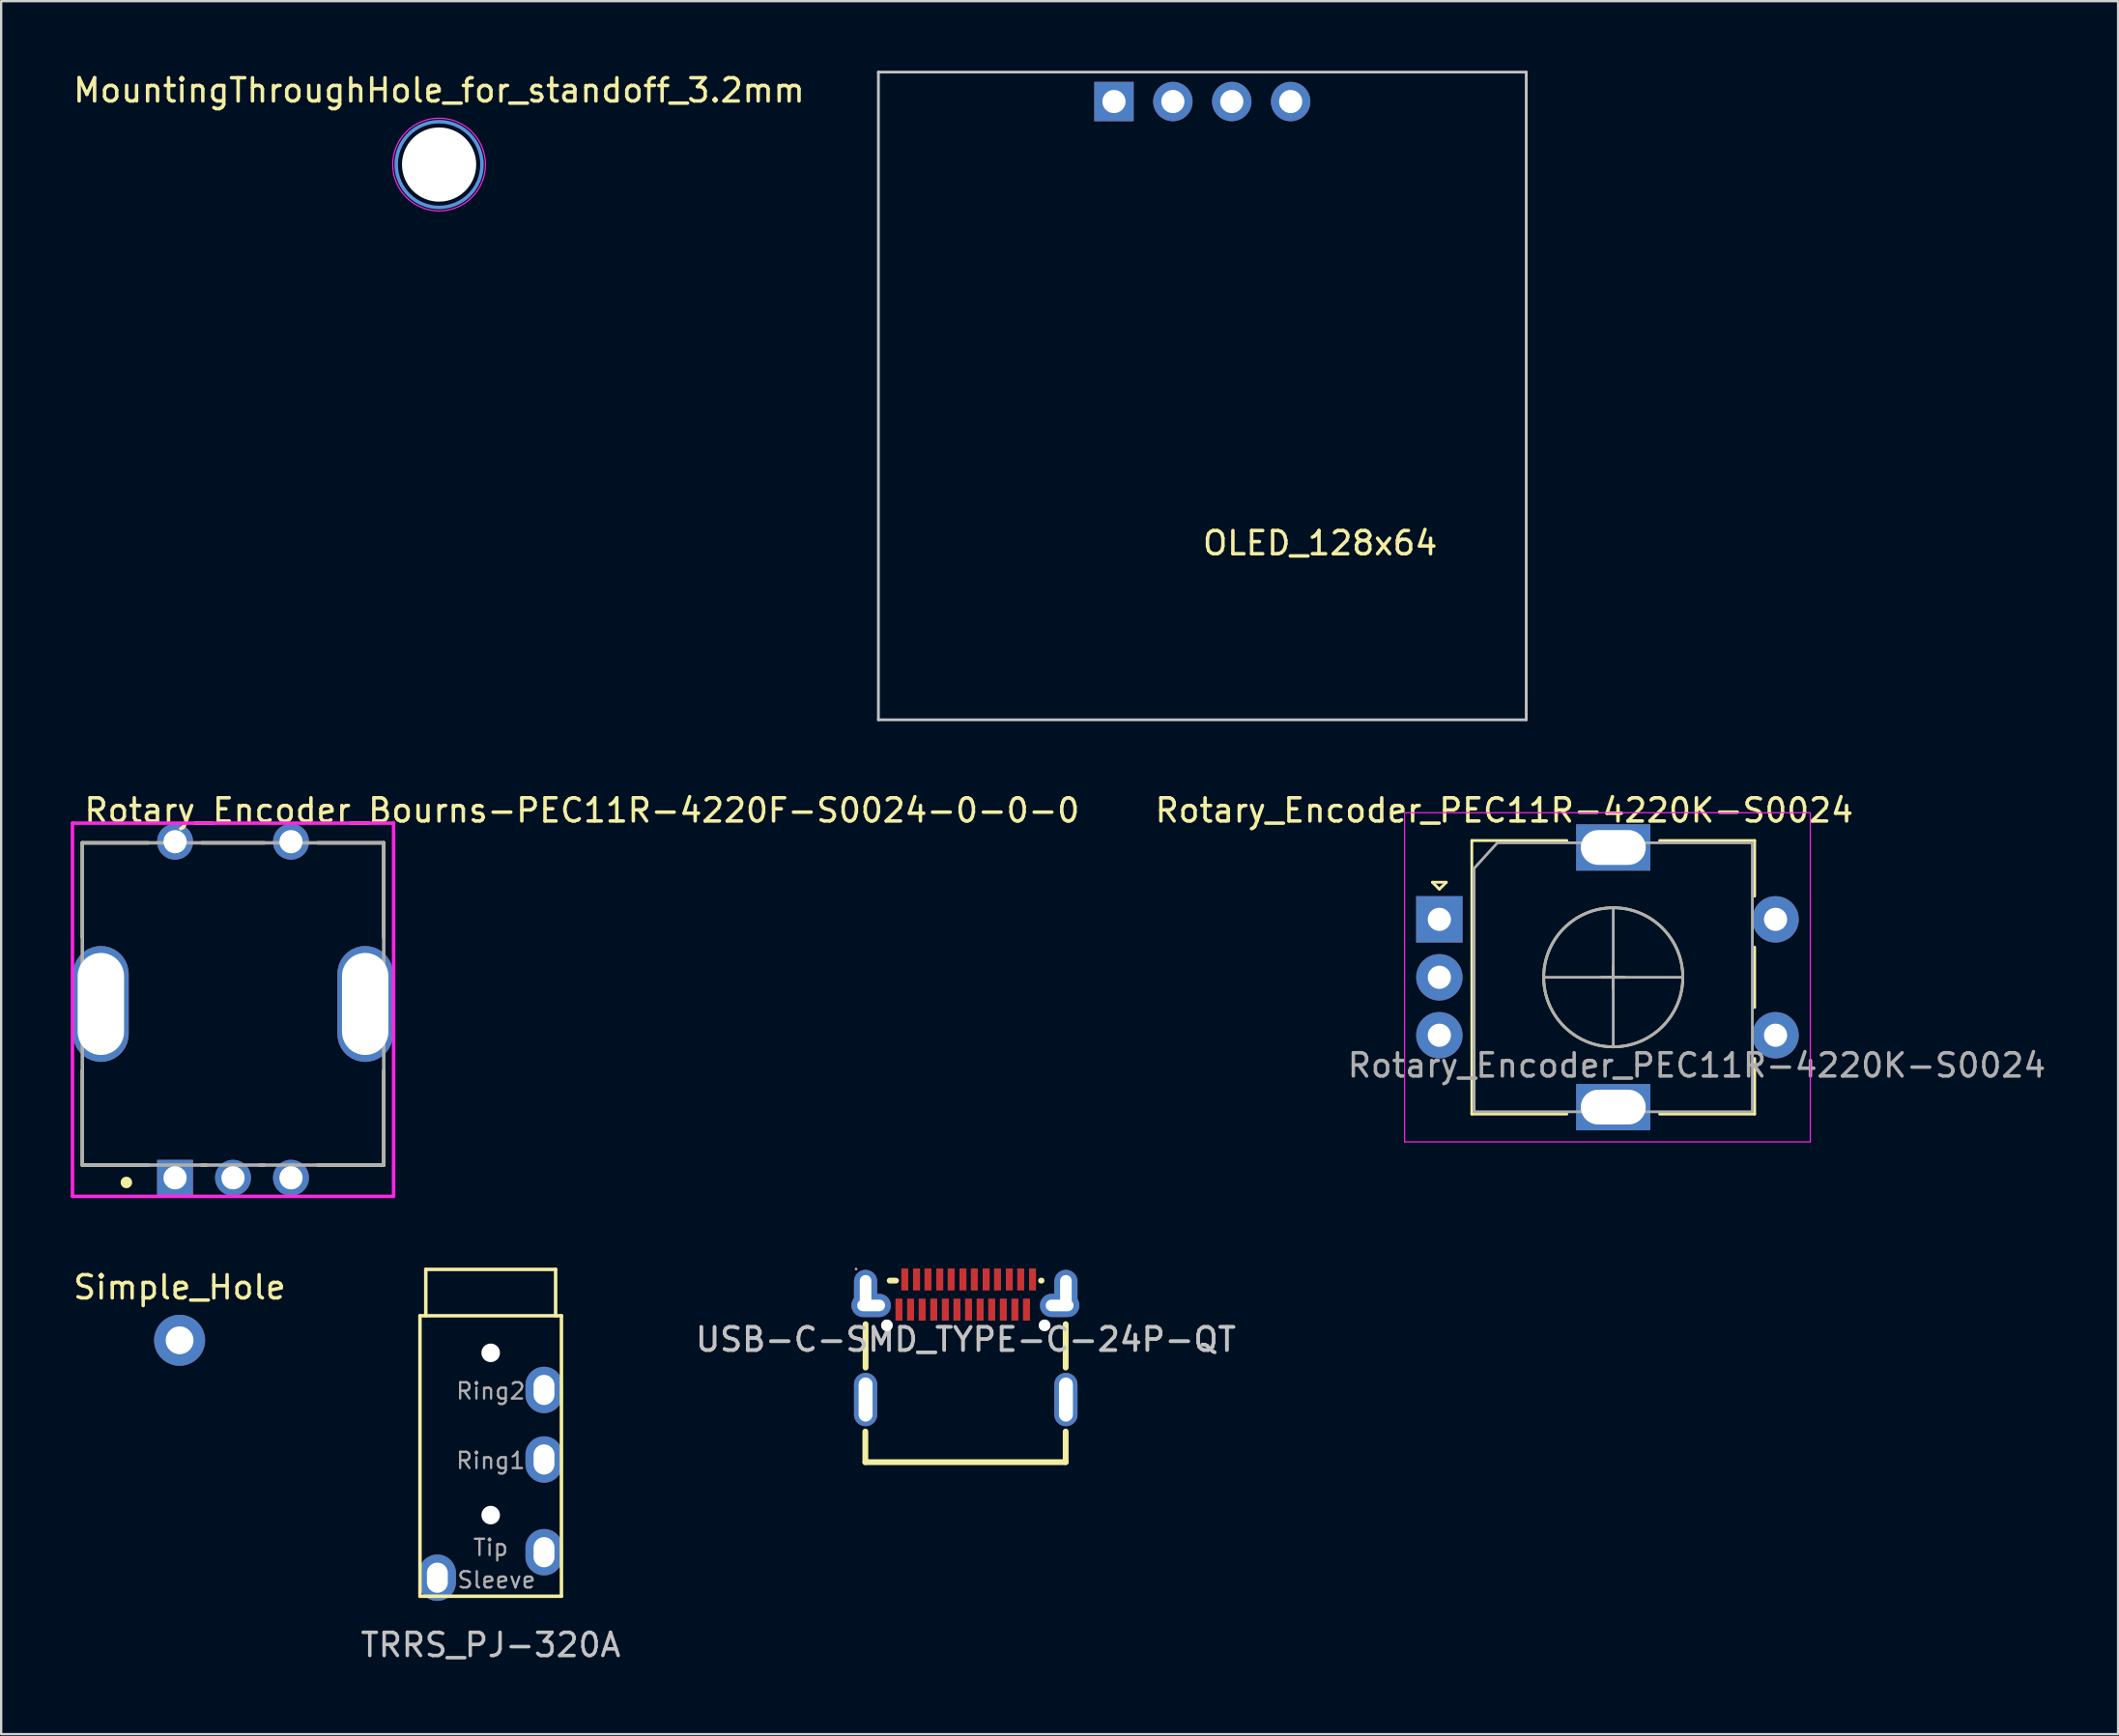
<source format=kicad_pcb>
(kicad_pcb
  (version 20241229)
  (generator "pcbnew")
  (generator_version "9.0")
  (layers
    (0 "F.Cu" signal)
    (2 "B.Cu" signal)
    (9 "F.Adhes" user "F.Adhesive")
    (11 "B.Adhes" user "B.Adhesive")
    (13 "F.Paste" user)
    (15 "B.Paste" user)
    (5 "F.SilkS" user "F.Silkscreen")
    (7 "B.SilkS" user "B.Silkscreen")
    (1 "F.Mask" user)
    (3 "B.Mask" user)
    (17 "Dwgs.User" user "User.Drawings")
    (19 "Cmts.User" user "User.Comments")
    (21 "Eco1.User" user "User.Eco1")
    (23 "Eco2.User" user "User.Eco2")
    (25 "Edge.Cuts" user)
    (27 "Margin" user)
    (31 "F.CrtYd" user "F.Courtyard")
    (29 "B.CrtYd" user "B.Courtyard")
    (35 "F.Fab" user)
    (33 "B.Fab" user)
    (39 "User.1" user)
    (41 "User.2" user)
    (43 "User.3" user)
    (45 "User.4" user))
  (footprint "USB-C-SMD_TYPE-C-24P-QT"
    (layer "F.Cu")
    (at 38.601 54.733)
    (property "Reference" "USB-C-SMD_TYPE-C-24P-QT" (at 0 0 0) (layer "Dwgs.User") (effects (font (size 1 1) (thickness 0.15))))
    (attr smd)
    (fp_line (start -4.33 5.29) (end -4.33 3.97) (stroke (width 0.25) (type solid)) (layer "F.SilkS"))
    (fp_line (start -4.32 1.21) (end -4.32 -0.66) (stroke (width 0.25) (type solid)) (layer "F.SilkS"))
    (fp_line (start -3.28 -2.54) (end -3.01 -2.54) (stroke (width 0.25) (type solid)) (layer "F.SilkS"))
    (fp_line (start 3.25 -2.54) (end 3.27 -2.54) (stroke (width 0.25) (type solid)) (layer "F.SilkS"))
    (fp_line (start 4.31 1.21) (end 4.31 -0.66) (stroke (width 0.25) (type solid)) (layer "F.SilkS"))
    (fp_line (start 4.31 5.29) (end -4.33 5.29) (stroke (width 0.25) (type solid)) (layer "F.SilkS"))
    (fp_line (start 4.31 5.29) (end 4.31 3.97) (stroke (width 0.25) (type solid)) (layer "F.SilkS"))
    (fp_circle (center -3.4 -0.61) (end -3.3 -0.61) (stroke (width 0.2) (type solid)) (fill no) (layer "Cmts.User"))
    (fp_circle (center 3.4 -0.61) (end 3.5 -0.61) (stroke (width 0.2) (type solid)) (fill no) (layer "Cmts.User"))
    (fp_circle (center -4.73 -3.04) (end -4.7 -3.04) (stroke (width 0.06) (type solid)) (fill no) (layer "F.Fab"))
    (fp_text user "${REFERENCE}" (at 0 0 0) (layer "F.Fab") (effects (font (size 1 1) (thickness 0.15))))
    (pad "" thru_hole circle (at -3.4 -0.61) (size 0.5 0.5) (drill 0.5) (layers "*.Cu" "*.Mask"))
    (pad "" thru_hole circle (at 3.4 -0.61) (size 0.5 0.5) (drill 0.5) (layers "*.Cu" "*.Mask"))
    (pad "3" thru_hole oval (at 4.32 2.59) (size 1 2.3) (drill oval 0.6 1.9) (layers "*.Cu" "*.Mask"))
    (pad "4" thru_hole oval (at -4.32 2.59) (size 1 2.3) (drill oval 0.6 1.9) (layers "*.Cu" "*.Mask"))
    (pad "25" thru_hole oval (at -4.32 -2.03) (size 1 1.95) (drill oval 0.5 1.5) (layers "*.Cu" "*.Mask"))
    (pad "25" thru_hole oval (at -4.08 -1.47 90) (size 1 1.7) (drill oval 0.5 1.2) (layers "*.Cu" "*.Mask"))
    (pad "25" thru_hole oval (at 4.05 -1.47 90) (size 1 1.7) (drill oval 0.5 1.2) (layers "*.Cu" "*.Mask"))
    (pad "25" thru_hole oval (at 4.32 -2.03) (size 1 1.95) (drill oval 0.5 1.5) (layers "*.Cu" "*.Mask"))
    (pad "A1" smd rect (at -2.63 -2.59) (size 0.3 0.95) (layers "F.Cu" "F.Mask" "F.Paste"))
    (pad "A2" smd rect (at -2.12 -2.59) (size 0.3 0.95) (layers "F.Cu" "F.Mask" "F.Paste"))
    (pad "A3" smd rect (at -1.63 -2.59) (size 0.3 0.95) (layers "F.Cu" "F.Mask" "F.Paste"))
    (pad "A4" smd rect (at -1.12 -2.59) (size 0.3 0.95) (layers "F.Cu" "F.Mask" "F.Paste"))
    (pad "A5" smd rect (at -0.63 -2.59) (size 0.3 0.95) (layers "F.Cu" "F.Mask" "F.Paste"))
    (pad "A6" smd rect (at -0.12 -2.59) (size 0.3 0.95) (layers "F.Cu" "F.Mask" "F.Paste"))
    (pad "A7" smd rect (at 0.37 -2.59) (size 0.3 0.95) (layers "F.Cu" "F.Mask" "F.Paste"))
    (pad "A8" smd rect (at 0.88 -2.59) (size 0.3 0.95) (layers "F.Cu" "F.Mask" "F.Paste"))
    (pad "A9" smd rect (at 1.37 -2.59) (size 0.3 0.95) (layers "F.Cu" "F.Mask" "F.Paste"))
    (pad "A10" smd rect (at 1.88 -2.59) (size 0.3 0.95) (layers "F.Cu" "F.Mask" "F.Paste"))
    (pad "A11" smd rect (at 2.37 -2.59) (size 0.3 0.95) (layers "F.Cu" "F.Mask" "F.Paste"))
    (pad "A12" smd rect (at 2.88 -2.59) (size 0.3 0.95) (layers "F.Cu" "F.Mask" "F.Paste"))
    (pad "B1" smd rect (at 2.62 -1.29) (size 0.3 0.95) (layers "F.Cu" "F.Mask" "F.Paste"))
    (pad "B2" smd rect (at 2.12 -1.29) (size 0.3 0.95) (layers "F.Cu" "F.Mask" "F.Paste"))
    (pad "B3" smd rect (at 1.62 -1.29) (size 0.3 0.95) (layers "F.Cu" "F.Mask" "F.Paste"))
    (pad "B4" smd rect (at 1.12 -1.29) (size 0.3 0.95) (layers "F.Cu" "F.Mask" "F.Paste"))
    (pad "B5" smd rect (at 0.62 -1.29) (size 0.3 0.95) (layers "F.Cu" "F.Mask" "F.Paste"))
    (pad "B6" smd rect (at 0.12 -1.29) (size 0.3 0.95) (layers "F.Cu" "F.Mask" "F.Paste"))
    (pad "B7" smd rect (at -0.38 -1.29) (size 0.3 0.95) (layers "F.Cu" "F.Mask" "F.Paste"))
    (pad "B8" smd rect (at -0.88 -1.29) (size 0.3 0.95) (layers "F.Cu" "F.Mask" "F.Paste"))
    (pad "B9" smd rect (at -1.38 -1.29) (size 0.3 0.95) (layers "F.Cu" "F.Mask" "F.Paste"))
    (pad "B10" smd rect (at -1.88 -1.29) (size 0.3 0.95) (layers "F.Cu" "F.Mask" "F.Paste"))
    (pad "B11" smd rect (at -2.38 -1.29) (size 0.3 0.95) (layers "F.Cu" "F.Mask" "F.Paste"))
    (pad "B12" smd rect (at -2.88 -1.29) (size 0.3 0.95) (layers "F.Cu" "F.Mask" "F.Paste")))
  (footprint "TRRS_PJ-320A"
    (layer "F.Cu")
    (at 18.113 53.708)
    (property "Reference" "TRRS_PJ-320A" (at 0 14.2 0) (layer "Dwgs.User") (effects (font (size 1 1) (thickness 0.15))))
    (attr through_hole)
    (fp_line (start -3.05 0) (end -3.05 12.1) (stroke (width 0.15) (type solid)) (layer "F.SilkS"))
    (fp_line (start -2.8 0) (end -2.8 -2) (stroke (width 0.15) (type solid)) (layer "F.SilkS"))
    (fp_line (start 2.8 -2) (end -2.8 -2) (stroke (width 0.15) (type solid)) (layer "F.SilkS"))
    (fp_line (start 2.8 0) (end 2.8 -2) (stroke (width 0.15) (type solid)) (layer "F.SilkS"))
    (fp_line (start 3.05 0) (end -3.05 0) (stroke (width 0.15) (type solid)) (layer "F.SilkS"))
    (fp_line (start 3.05 0) (end 3.05 12.1) (stroke (width 0.15) (type solid)) (layer "F.SilkS"))
    (fp_line (start 3.05 12.1) (end -3.05 12.1) (stroke (width 0.15) (type solid)) (layer "F.SilkS"))
    (fp_text user "Ring2" (at 0 3.25 0) (layer "F.Fab") (effects (font (size 0.7 0.7) (thickness 0.1))))
    (fp_text user "Ring1" (at 0 6.25 0) (layer "F.Fab") (effects (font (size 0.7 0.7) (thickness 0.1))))
    (fp_text user "Sleeve" (at 0.25 11.4 0) (layer "F.Fab") (effects (font (size 0.7 0.7) (thickness 0.1))))
    (fp_text user "Tip" (at 0 10 0) (layer "F.Fab") (effects (font (size 0.7 0.7) (thickness 0.1))))
    (pad "" np_thru_hole circle (at 0 1.6) (size 0.8 0.8) (drill 0.8) (layers "*.Cu" "*.Mask"))
    (pad "" np_thru_hole circle (at 0 8.6) (size 0.8 0.8) (drill 0.8) (layers "*.Cu" "*.Mask"))
    (pad "1" thru_hole oval (at -2.3 11.3) (size 1.6 2) (drill oval 0.9 1.3) (layers "*.Cu" "*.Mask"))
    (pad "2" thru_hole oval (at 2.3 10.2) (size 1.6 2) (drill oval 0.9 1.3) (layers "*.Cu" "*.Mask"))
    (pad "3" thru_hole oval (at 2.3 6.2) (size 1.6 2) (drill oval 0.9 1.3) (layers "*.Cu" "*.Mask"))
    (pad "4" thru_hole oval (at 2.3 3.2) (size 1.6 2) (drill oval 0.9 1.3) (layers "*.Cu" "*.Mask")))
  (footprint "Simple_Hole"
    (layer "F.Cu")
    (at 4.696 54.767)
    (property "Reference" "Simple_Hole" (at 0 -2.286 0) (layer "F.SilkS") (effects (font (size 1 1) (thickness 0.15))))
    (attr through_hole)
    (pad "1" thru_hole circle (at 0 0) (size 2.2 2.2) (drill 1.2) (layers "*.Cu" "*.Mask")))
  (footprint "OLED_128x64"
    (layer "F.Cu")
    (at 48.804 1.33)
    (property "Reference" "OLED_128x64" (at 5.08 19.05 0) (layer "F.SilkS") (effects (font (size 1 1) (thickness 0.15))))
    (attr through_hole exclude_from_pos_files)
    (fp_line (start -13.97 -1.27) (end -13.97 26.67) (stroke (width 0.12) (type solid)) (layer "Dwgs.User"))
    (fp_line (start -13.97 26.67) (end 13.97 26.67) (stroke (width 0.12) (type solid)) (layer "Dwgs.User"))
    (fp_line (start 13.97 -1.27) (end -13.97 -1.27) (stroke (width 0.12) (type solid)) (layer "Dwgs.User"))
    (fp_line (start 13.97 26.67) (end 13.97 -1.27) (stroke (width 0.12) (type solid)) (layer "Dwgs.User"))
    (pad "1" thru_hole rect (at -3.81 0 90) (size 1.7 1.7) (drill 1) (layers "*.Cu" "*.Mask"))
    (pad "2" thru_hole oval (at -1.27 0 90) (size 1.7 1.7) (drill 1) (layers "*.Cu" "*.Mask"))
    (pad "3" thru_hole oval (at 1.27 0 90) (size 1.7 1.7) (drill 1) (layers "*.Cu" "*.Mask"))
    (pad "4" thru_hole oval (at 3.81 0 90) (size 1.7 1.7) (drill 1) (layers "*.Cu" "*.Mask")))
  (footprint "MountingThroughHole_for_standoff_3.2mm"
    (layer "F.Cu")
    (at 15.887 4.048)
    (property "Reference" "MountingThroughHole_for_standoff_3.2mm" (at 0 -3.2 0) (layer "F.SilkS") (effects (font (size 1 1) (thickness 0.15))))
    (attr exclude_from_pos_files exclude_from_bom)
    (fp_circle (center 0 0) (end 1.85 0) (stroke (width 0.15) (type solid)) (fill no) (layer "Cmts.User"))
    (fp_circle (center 0 0) (end 2 0) (stroke (width 0.05) (type solid)) (fill no) (layer "F.CrtYd"))
    (pad "" np_thru_hole circle (at 0 0) (size 3.2 3.2) (drill 3.2) (layers "*.Cu" "*.Mask")))
  (footprint "Rotary_Encoder_Bourns-PEC11R-4220F-S0024-0-0-0"
    (layer "F.Cu")
    (at 7 40.258)
    (property "Reference" "Rotary_Encoder_Bourns-PEC11R-4220F-S0024-0-0-0" (at -6.5 -8.35 0) (layer "F.SilkS") (effects (font (size 1 1) (thickness 0.15)) (justify left)))
    (attr through_hole)
    (fp_line (start -6.5 -6.95) (end -3.65 -6.95) (stroke (width 0.15) (type solid)) (layer "F.SilkS"))
    (fp_line (start -6.5 -2.875) (end -6.5 -6.95) (stroke (width 0.15) (type solid)) (layer "F.SilkS"))
    (fp_line (start -6.5 6.95) (end -6.5 2.875) (stroke (width 0.15) (type solid)) (layer "F.SilkS"))
    (fp_line (start -6.5 6.95) (end -3.65 6.95) (stroke (width 0.15) (type solid)) (layer "F.SilkS"))
    (fp_line (start -1.35 -6.95) (end 1.35 -6.95) (stroke (width 0.15) (type solid)) (layer "F.SilkS"))
    (fp_line (start -1.35 6.95) (end -1.15 6.95) (stroke (width 0.15) (type solid)) (layer "F.SilkS"))
    (fp_line (start 1.15 6.95) (end 1.35 6.95) (stroke (width 0.15) (type solid)) (layer "F.SilkS"))
    (fp_line (start 3.65 -6.95) (end 6.5 -6.95) (stroke (width 0.15) (type solid)) (layer "F.SilkS"))
    (fp_line (start 3.65 6.95) (end 6.5 6.95) (stroke (width 0.15) (type solid)) (layer "F.SilkS"))
    (fp_line (start 6.5 -2.875) (end 6.5 -6.95) (stroke (width 0.15) (type solid)) (layer "F.SilkS"))
    (fp_line (start 6.5 6.95) (end 6.5 2.875) (stroke (width 0.15) (type solid)) (layer "F.SilkS"))
    (fp_circle (center -4.6 7.7) (end -4.475 7.7) (stroke (width 0.25) (type solid)) (fill no) (layer "F.SilkS"))
    (fp_line (start -6.925 -7.8) (end -6.925 8.3) (stroke (width 0.15) (type solid)) (layer "F.CrtYd"))
    (fp_line (start -6.925 8.3) (end 6.925 8.3) (stroke (width 0.15) (type solid)) (layer "F.CrtYd"))
    (fp_line (start 6.925 -7.8) (end -6.925 -7.8) (stroke (width 0.15) (type solid)) (layer "F.CrtYd"))
    (fp_line (start 6.925 -7.8) (end 6.925 -7.8) (stroke (width 0.15) (type solid)) (layer "F.CrtYd"))
    (fp_line (start 6.925 8.3) (end 6.925 -7.8) (stroke (width 0.15) (type solid)) (layer "F.CrtYd"))
    (fp_line (start -6.5 -6.95) (end 6.5 -6.95) (stroke (width 0.15) (type solid)) (layer "F.Fab"))
    (fp_line (start -6.5 6.95) (end -6.5 -6.95) (stroke (width 0.15) (type solid)) (layer "F.Fab"))
    (fp_line (start 6.5 -6.95) (end 6.5 6.95) (stroke (width 0.15) (type solid)) (layer "F.Fab"))
    (fp_line (start 6.5 6.95) (end -6.5 6.95) (stroke (width 0.15) (type solid)) (layer "F.Fab"))
    (pad "1" thru_hole circle (at -2.5 -7) (size 1.55 1.55) (drill 1) (layers "*.Cu" "*.Mask"))
    (pad "2" thru_hole circle (at 2.5 -7) (size 1.55 1.55) (drill 1) (layers "*.Cu" "*.Mask"))
    (pad "3" thru_hole roundrect (at -5.7 0) (size 2.4 5) (drill oval 2 4.4) (layers "*.Cu" "*.Mask") (roundrect_rratio 0.5))
    (pad "4" thru_hole roundrect (at 5.7 0) (size 2.4 5) (drill oval 2 4.4) (layers "*.Cu" "*.Mask") (roundrect_rratio 0.5))
    (pad "A" thru_hole rect (at -2.5 7.5) (size 1.55 1.55) (drill 1) (layers "*.Cu" "*.Mask"))
    (pad "B" thru_hole circle (at 2.5 7.5) (size 1.55 1.55) (drill 1) (layers "*.Cu" "*.Mask"))
    (pad "C" thru_hole circle (at 0 7.5) (size 1.55 1.55) (drill 1) (layers "*.Cu" "*.Mask")))
  (footprint "Rotary_Encoder_PEC11R-4220K-S0024"
    (layer "F.Cu")
    (at 59.027 36.608)
    (property "Reference" "Rotary_Encoder_PEC11R-4220K-S0024" (at 2.8 -4.7 0) (layer "F.SilkS") (effects (font (size 1 1) (thickness 0.15))))
    (attr through_hole)
    (fp_line (start -0.3 -1.6) (end 0.3 -1.6) (stroke (width 0.12) (type solid)) (layer "F.SilkS"))
    (fp_line (start 0 -1.3) (end -0.3 -1.6) (stroke (width 0.12) (type solid)) (layer "F.SilkS"))
    (fp_line (start 0.3 -1.6) (end 0 -1.3) (stroke (width 0.12) (type solid)) (layer "F.SilkS"))
    (fp_line (start 1.4 -3.4) (end 1.4 8.4) (stroke (width 0.12) (type solid)) (layer "F.SilkS"))
    (fp_line (start 5.5 -3.4) (end 1.4 -3.4) (stroke (width 0.12) (type solid)) (layer "F.SilkS"))
    (fp_line (start 5.5 8.4) (end 1.4 8.4) (stroke (width 0.12) (type solid)) (layer "F.SilkS"))
    (fp_line (start 7 2.5) (end 8 2.5) (stroke (width 0.12) (type solid)) (layer "F.SilkS"))
    (fp_line (start 7.5 2) (end 7.5 3) (stroke (width 0.12) (type solid)) (layer "F.SilkS"))
    (fp_line (start 9.5 -3.4) (end 13.6 -3.4) (stroke (width 0.12) (type solid)) (layer "F.SilkS"))
    (fp_line (start 13.6 -3.4) (end 13.6 -1) (stroke (width 0.12) (type solid)) (layer "F.SilkS"))
    (fp_line (start 13.6 1.2) (end 13.6 3.8) (stroke (width 0.12) (type solid)) (layer "F.SilkS"))
    (fp_line (start 13.6 6) (end 13.6 8.4) (stroke (width 0.12) (type solid)) (layer "F.SilkS"))
    (fp_line (start 13.6 8.4) (end 9.5 8.4) (stroke (width 0.12) (type solid)) (layer "F.SilkS"))
    (fp_circle (center 7.5 2.5) (end 10.5 2.5) (stroke (width 0.12) (type solid)) (fill no) (layer "F.SilkS"))
    (fp_line (start -1.5 -4.6) (end -1.5 9.6) (stroke (width 0.05) (type solid)) (layer "F.CrtYd"))
    (fp_line (start -1.5 -4.6) (end 16 -4.6) (stroke (width 0.05) (type solid)) (layer "F.CrtYd"))
    (fp_line (start 16 9.6) (end -1.5 9.6) (stroke (width 0.05) (type solid)) (layer "F.CrtYd"))
    (fp_line (start 16 9.6) (end 16 -4.6) (stroke (width 0.05) (type solid)) (layer "F.CrtYd"))
    (fp_line (start 1.5 -2.2) (end 2.5 -3.3) (stroke (width 0.12) (type solid)) (layer "F.Fab"))
    (fp_line (start 1.5 8.3) (end 1.5 -2.2) (stroke (width 0.12) (type solid)) (layer "F.Fab"))
    (fp_line (start 2.5 -3.3) (end 13.5 -3.3) (stroke (width 0.12) (type solid)) (layer "F.Fab"))
    (fp_line (start 4.5 2.5) (end 10.5 2.5) (stroke (width 0.12) (type solid)) (layer "F.Fab"))
    (fp_line (start 7.5 -0.5) (end 7.5 5.5) (stroke (width 0.12) (type solid)) (layer "F.Fab"))
    (fp_line (start 13.5 -3.3) (end 13.5 8.3) (stroke (width 0.12) (type solid)) (layer "F.Fab"))
    (fp_line (start 13.5 8.3) (end 1.5 8.3) (stroke (width 0.12) (type solid)) (layer "F.Fab"))
    (fp_circle (center 7.5 2.5) (end 10.5 2.5) (stroke (width 0.12) (type solid)) (fill no) (layer "F.Fab"))
    (fp_text user "${REFERENCE}" (at 11.1 6.3 0) (layer "F.Fab") (effects (font (size 1 1) (thickness 0.15))))
    (pad "A" thru_hole rect (at 0 0) (size 2 2) (drill 1) (layers "*.Cu" "*.Mask"))
    (pad "B" thru_hole circle (at 0 5) (size 2 2) (drill 1) (layers "*.Cu" "*.Mask"))
    (pad "C" thru_hole circle (at 0 2.5) (size 2 2) (drill 1) (layers "*.Cu" "*.Mask"))
    (pad "MP" thru_hole rect (at 7.5 -3.1) (size 3.2 2) (drill oval 2.8 1.5) (layers "*.Cu" "*.Mask"))
    (pad "MP" thru_hole rect (at 7.5 8.1) (size 3.2 2) (drill oval 2.8 1.5) (layers "*.Cu" "*.Mask"))
    (pad "S1" thru_hole circle (at 14.5 5) (size 2 2) (drill 1) (layers "*.Cu" "*.Mask"))
    (pad "S2" thru_hole circle (at 14.5 0) (size 2 2) (drill 1) (layers "*.Cu" "*.Mask")))
  (gr_rect
    (start -3 -3)
    (end 88.3 71.757)
    (stroke (width 0.1) (type default))
    (fill no)
    (layer "Edge.Cuts")))
</source>
